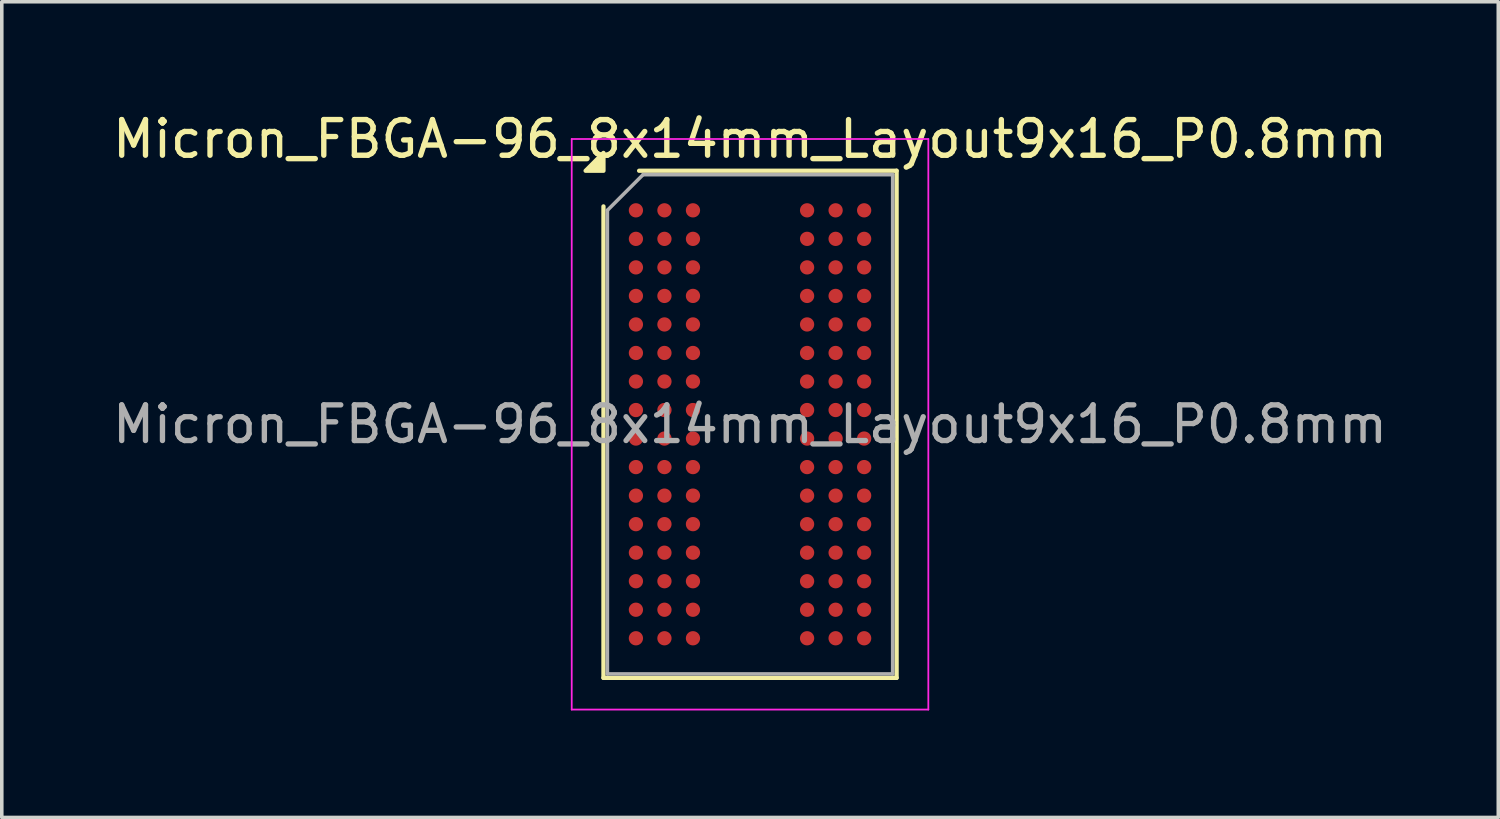
<source format=kicad_pcb>
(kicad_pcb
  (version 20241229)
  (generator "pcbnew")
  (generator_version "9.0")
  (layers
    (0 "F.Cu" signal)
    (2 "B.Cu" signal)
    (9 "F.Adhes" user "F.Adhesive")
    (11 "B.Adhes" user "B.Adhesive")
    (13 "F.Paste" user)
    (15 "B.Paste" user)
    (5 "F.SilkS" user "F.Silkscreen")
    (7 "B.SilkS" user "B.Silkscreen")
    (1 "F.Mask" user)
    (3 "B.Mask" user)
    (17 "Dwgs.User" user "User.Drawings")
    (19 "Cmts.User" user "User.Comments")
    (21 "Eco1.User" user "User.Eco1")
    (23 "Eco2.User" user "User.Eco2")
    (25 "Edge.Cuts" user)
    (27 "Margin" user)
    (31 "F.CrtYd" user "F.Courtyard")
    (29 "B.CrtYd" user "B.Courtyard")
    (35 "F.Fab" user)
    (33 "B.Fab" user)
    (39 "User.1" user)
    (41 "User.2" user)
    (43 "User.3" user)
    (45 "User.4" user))
  (footprint "Micron_FBGA-96_8x14mm_Layout9x16_P0.8mm"
    (layer "F.Cu")
    (at 17.982 8.848)
    (property "Reference" "Micron_FBGA-96_8x14mm_Layout9x16_P0.8mm" (at 0 -8 0) (layer "F.SilkS") (effects (font (size 1 1) (thickness 0.15))))
    (attr smd)
    (fp_line (start -4.11 7.11) (end -4.11 -6.11) (stroke (width 0.12) (type solid)) (layer "F.SilkS"))
    (fp_line (start -3.11 -7.11) (end 4.11 -7.11) (stroke (width 0.12) (type solid)) (layer "F.SilkS"))
    (fp_line (start 4.11 -7.11) (end 4.11 7.11) (stroke (width 0.12) (type solid)) (layer "F.SilkS"))
    (fp_line (start 4.11 7.11) (end -4.11 7.11) (stroke (width 0.12) (type solid)) (layer "F.SilkS"))
    (fp_poly (pts (xy -4.11 -7.11) (xy -4.61 -7.11) (xy -4.11 -7.61)) (stroke (width 0.12) (type solid)) (fill yes) (layer "F.SilkS"))
    (fp_line (start -5 -8) (end -5 8) (stroke (width 0.05) (type solid)) (layer "F.CrtYd"))
    (fp_line (start -5 8) (end 5 8) (stroke (width 0.05) (type solid)) (layer "F.CrtYd"))
    (fp_line (start 5 -8) (end -5 -8) (stroke (width 0.05) (type solid)) (layer "F.CrtYd"))
    (fp_line (start 5 8) (end 5 -8) (stroke (width 0.05) (type solid)) (layer "F.CrtYd"))
    (fp_line (start -4 -6) (end -3 -7) (stroke (width 0.1) (type solid)) (layer "F.Fab"))
    (fp_line (start -4 7) (end -4 -6) (stroke (width 0.1) (type solid)) (layer "F.Fab"))
    (fp_line (start -3 -7) (end 4 -7) (stroke (width 0.1) (type solid)) (layer "F.Fab"))
    (fp_line (start 4 -7) (end 4 7) (stroke (width 0.1) (type solid)) (layer "F.Fab"))
    (fp_line (start 4 7) (end -4 7) (stroke (width 0.1) (type solid)) (layer "F.Fab"))
    (fp_text user "${REFERENCE}" (at 0 0 0) (layer "F.Fab") (effects (font (size 1 1) (thickness 0.15))))
    (pad "A1" smd circle (at -3.2 -6) (size 0.4 0.4) (property pad_prop_bga) (layers "F.Cu" "F.Mask" "F.Paste"))
    (pad "A2" smd circle (at -2.4 -6) (size 0.4 0.4) (property pad_prop_bga) (layers "F.Cu" "F.Mask" "F.Paste"))
    (pad "A3" smd circle (at -1.6 -6) (size 0.4 0.4) (property pad_prop_bga) (layers "F.Cu" "F.Mask" "F.Paste"))
    (pad "A7" smd circle (at 1.6 -6) (size 0.4 0.4) (property pad_prop_bga) (layers "F.Cu" "F.Mask" "F.Paste"))
    (pad "A8" smd circle (at 2.4 -6) (size 0.4 0.4) (property pad_prop_bga) (layers "F.Cu" "F.Mask" "F.Paste"))
    (pad "A9" smd circle (at 3.2 -6) (size 0.4 0.4) (property pad_prop_bga) (layers "F.Cu" "F.Mask" "F.Paste"))
    (pad "B1" smd circle (at -3.2 -5.2) (size 0.4 0.4) (property pad_prop_bga) (layers "F.Cu" "F.Mask" "F.Paste"))
    (pad "B2" smd circle (at -2.4 -5.2) (size 0.4 0.4) (property pad_prop_bga) (layers "F.Cu" "F.Mask" "F.Paste"))
    (pad "B3" smd circle (at -1.6 -5.2) (size 0.4 0.4) (property pad_prop_bga) (layers "F.Cu" "F.Mask" "F.Paste"))
    (pad "B7" smd circle (at 1.6 -5.2) (size 0.4 0.4) (property pad_prop_bga) (layers "F.Cu" "F.Mask" "F.Paste"))
    (pad "B8" smd circle (at 2.4 -5.2) (size 0.4 0.4) (property pad_prop_bga) (layers "F.Cu" "F.Mask" "F.Paste"))
    (pad "B9" smd circle (at 3.2 -5.2) (size 0.4 0.4) (property pad_prop_bga) (layers "F.Cu" "F.Mask" "F.Paste"))
    (pad "C1" smd circle (at -3.2 -4.4) (size 0.4 0.4) (property pad_prop_bga) (layers "F.Cu" "F.Mask" "F.Paste"))
    (pad "C2" smd circle (at -2.4 -4.4) (size 0.4 0.4) (property pad_prop_bga) (layers "F.Cu" "F.Mask" "F.Paste"))
    (pad "C3" smd circle (at -1.6 -4.4) (size 0.4 0.4) (property pad_prop_bga) (layers "F.Cu" "F.Mask" "F.Paste"))
    (pad "C7" smd circle (at 1.6 -4.4) (size 0.4 0.4) (property pad_prop_bga) (layers "F.Cu" "F.Mask" "F.Paste"))
    (pad "C8" smd circle (at 2.4 -4.4) (size 0.4 0.4) (property pad_prop_bga) (layers "F.Cu" "F.Mask" "F.Paste"))
    (pad "C9" smd circle (at 3.2 -4.4) (size 0.4 0.4) (property pad_prop_bga) (layers "F.Cu" "F.Mask" "F.Paste"))
    (pad "D1" smd circle (at -3.2 -3.6) (size 0.4 0.4) (property pad_prop_bga) (layers "F.Cu" "F.Mask" "F.Paste"))
    (pad "D2" smd circle (at -2.4 -3.6) (size 0.4 0.4) (property pad_prop_bga) (layers "F.Cu" "F.Mask" "F.Paste"))
    (pad "D3" smd circle (at -1.6 -3.6) (size 0.4 0.4) (property pad_prop_bga) (layers "F.Cu" "F.Mask" "F.Paste"))
    (pad "D7" smd circle (at 1.6 -3.6) (size 0.4 0.4) (property pad_prop_bga) (layers "F.Cu" "F.Mask" "F.Paste"))
    (pad "D8" smd circle (at 2.4 -3.6) (size 0.4 0.4) (property pad_prop_bga) (layers "F.Cu" "F.Mask" "F.Paste"))
    (pad "D9" smd circle (at 3.2 -3.6) (size 0.4 0.4) (property pad_prop_bga) (layers "F.Cu" "F.Mask" "F.Paste"))
    (pad "E1" smd circle (at -3.2 -2.8) (size 0.4 0.4) (property pad_prop_bga) (layers "F.Cu" "F.Mask" "F.Paste"))
    (pad "E2" smd circle (at -2.4 -2.8) (size 0.4 0.4) (property pad_prop_bga) (layers "F.Cu" "F.Mask" "F.Paste"))
    (pad "E3" smd circle (at -1.6 -2.8) (size 0.4 0.4) (property pad_prop_bga) (layers "F.Cu" "F.Mask" "F.Paste"))
    (pad "E7" smd circle (at 1.6 -2.8) (size 0.4 0.4) (property pad_prop_bga) (layers "F.Cu" "F.Mask" "F.Paste"))
    (pad "E8" smd circle (at 2.4 -2.8) (size 0.4 0.4) (property pad_prop_bga) (layers "F.Cu" "F.Mask" "F.Paste"))
    (pad "E9" smd circle (at 3.2 -2.8) (size 0.4 0.4) (property pad_prop_bga) (layers "F.Cu" "F.Mask" "F.Paste"))
    (pad "F1" smd circle (at -3.2 -2) (size 0.4 0.4) (property pad_prop_bga) (layers "F.Cu" "F.Mask" "F.Paste"))
    (pad "F2" smd circle (at -2.4 -2) (size 0.4 0.4) (property pad_prop_bga) (layers "F.Cu" "F.Mask" "F.Paste"))
    (pad "F3" smd circle (at -1.6 -2) (size 0.4 0.4) (property pad_prop_bga) (layers "F.Cu" "F.Mask" "F.Paste"))
    (pad "F7" smd circle (at 1.6 -2) (size 0.4 0.4) (property pad_prop_bga) (layers "F.Cu" "F.Mask" "F.Paste"))
    (pad "F8" smd circle (at 2.4 -2) (size 0.4 0.4) (property pad_prop_bga) (layers "F.Cu" "F.Mask" "F.Paste"))
    (pad "F9" smd circle (at 3.2 -2) (size 0.4 0.4) (property pad_prop_bga) (layers "F.Cu" "F.Mask" "F.Paste"))
    (pad "G1" smd circle (at -3.2 -1.2) (size 0.4 0.4) (property pad_prop_bga) (layers "F.Cu" "F.Mask" "F.Paste"))
    (pad "G2" smd circle (at -2.4 -1.2) (size 0.4 0.4) (property pad_prop_bga) (layers "F.Cu" "F.Mask" "F.Paste"))
    (pad "G3" smd circle (at -1.6 -1.2) (size 0.4 0.4) (property pad_prop_bga) (layers "F.Cu" "F.Mask" "F.Paste"))
    (pad "G7" smd circle (at 1.6 -1.2) (size 0.4 0.4) (property pad_prop_bga) (layers "F.Cu" "F.Mask" "F.Paste"))
    (pad "G8" smd circle (at 2.4 -1.2) (size 0.4 0.4) (property pad_prop_bga) (layers "F.Cu" "F.Mask" "F.Paste"))
    (pad "G9" smd circle (at 3.2 -1.2) (size 0.4 0.4) (property pad_prop_bga) (layers "F.Cu" "F.Mask" "F.Paste"))
    (pad "H1" smd circle (at -3.2 -0.4) (size 0.4 0.4) (property pad_prop_bga) (layers "F.Cu" "F.Mask" "F.Paste"))
    (pad "H2" smd circle (at -2.4 -0.4) (size 0.4 0.4) (property pad_prop_bga) (layers "F.Cu" "F.Mask" "F.Paste"))
    (pad "H3" smd circle (at -1.6 -0.4) (size 0.4 0.4) (property pad_prop_bga) (layers "F.Cu" "F.Mask" "F.Paste"))
    (pad "H7" smd circle (at 1.6 -0.4) (size 0.4 0.4) (property pad_prop_bga) (layers "F.Cu" "F.Mask" "F.Paste"))
    (pad "H8" smd circle (at 2.4 -0.4) (size 0.4 0.4) (property pad_prop_bga) (layers "F.Cu" "F.Mask" "F.Paste"))
    (pad "H9" smd circle (at 3.2 -0.4) (size 0.4 0.4) (property pad_prop_bga) (layers "F.Cu" "F.Mask" "F.Paste"))
    (pad "J1" smd circle (at -3.2 0.4) (size 0.4 0.4) (property pad_prop_bga) (layers "F.Cu" "F.Mask" "F.Paste"))
    (pad "J2" smd circle (at -2.4 0.4) (size 0.4 0.4) (property pad_prop_bga) (layers "F.Cu" "F.Mask" "F.Paste"))
    (pad "J3" smd circle (at -1.6 0.4) (size 0.4 0.4) (property pad_prop_bga) (layers "F.Cu" "F.Mask" "F.Paste"))
    (pad "J7" smd circle (at 1.6 0.4) (size 0.4 0.4) (property pad_prop_bga) (layers "F.Cu" "F.Mask" "F.Paste"))
    (pad "J8" smd circle (at 2.4 0.4) (size 0.4 0.4) (property pad_prop_bga) (layers "F.Cu" "F.Mask" "F.Paste"))
    (pad "J9" smd circle (at 3.2 0.4) (size 0.4 0.4) (property pad_prop_bga) (layers "F.Cu" "F.Mask" "F.Paste"))
    (pad "K1" smd circle (at -3.2 1.2) (size 0.4 0.4) (property pad_prop_bga) (layers "F.Cu" "F.Mask" "F.Paste"))
    (pad "K2" smd circle (at -2.4 1.2) (size 0.4 0.4) (property pad_prop_bga) (layers "F.Cu" "F.Mask" "F.Paste"))
    (pad "K3" smd circle (at -1.6 1.2) (size 0.4 0.4) (property pad_prop_bga) (layers "F.Cu" "F.Mask" "F.Paste"))
    (pad "K7" smd circle (at 1.6 1.2) (size 0.4 0.4) (property pad_prop_bga) (layers "F.Cu" "F.Mask" "F.Paste"))
    (pad "K8" smd circle (at 2.4 1.2) (size 0.4 0.4) (property pad_prop_bga) (layers "F.Cu" "F.Mask" "F.Paste"))
    (pad "K9" smd circle (at 3.2 1.2) (size 0.4 0.4) (property pad_prop_bga) (layers "F.Cu" "F.Mask" "F.Paste"))
    (pad "L1" smd circle (at -3.2 2) (size 0.4 0.4) (property pad_prop_bga) (layers "F.Cu" "F.Mask" "F.Paste"))
    (pad "L2" smd circle (at -2.4 2) (size 0.4 0.4) (property pad_prop_bga) (layers "F.Cu" "F.Mask" "F.Paste"))
    (pad "L3" smd circle (at -1.6 2) (size 0.4 0.4) (property pad_prop_bga) (layers "F.Cu" "F.Mask" "F.Paste"))
    (pad "L7" smd circle (at 1.6 2) (size 0.4 0.4) (property pad_prop_bga) (layers "F.Cu" "F.Mask" "F.Paste"))
    (pad "L8" smd circle (at 2.4 2) (size 0.4 0.4) (property pad_prop_bga) (layers "F.Cu" "F.Mask" "F.Paste"))
    (pad "L9" smd circle (at 3.2 2) (size 0.4 0.4) (property pad_prop_bga) (layers "F.Cu" "F.Mask" "F.Paste"))
    (pad "M1" smd circle (at -3.2 2.8) (size 0.4 0.4) (property pad_prop_bga) (layers "F.Cu" "F.Mask" "F.Paste"))
    (pad "M2" smd circle (at -2.4 2.8) (size 0.4 0.4) (property pad_prop_bga) (layers "F.Cu" "F.Mask" "F.Paste"))
    (pad "M3" smd circle (at -1.6 2.8) (size 0.4 0.4) (property pad_prop_bga) (layers "F.Cu" "F.Mask" "F.Paste"))
    (pad "M7" smd circle (at 1.6 2.8) (size 0.4 0.4) (property pad_prop_bga) (layers "F.Cu" "F.Mask" "F.Paste"))
    (pad "M8" smd circle (at 2.4 2.8) (size 0.4 0.4) (property pad_prop_bga) (layers "F.Cu" "F.Mask" "F.Paste"))
    (pad "M9" smd circle (at 3.2 2.8) (size 0.4 0.4) (property pad_prop_bga) (layers "F.Cu" "F.Mask" "F.Paste"))
    (pad "N1" smd circle (at -3.2 3.6) (size 0.4 0.4) (property pad_prop_bga) (layers "F.Cu" "F.Mask" "F.Paste"))
    (pad "N2" smd circle (at -2.4 3.6) (size 0.4 0.4) (property pad_prop_bga) (layers "F.Cu" "F.Mask" "F.Paste"))
    (pad "N3" smd circle (at -1.6 3.6) (size 0.4 0.4) (property pad_prop_bga) (layers "F.Cu" "F.Mask" "F.Paste"))
    (pad "N7" smd circle (at 1.6 3.6) (size 0.4 0.4) (property pad_prop_bga) (layers "F.Cu" "F.Mask" "F.Paste"))
    (pad "N8" smd circle (at 2.4 3.6) (size 0.4 0.4) (property pad_prop_bga) (layers "F.Cu" "F.Mask" "F.Paste"))
    (pad "N9" smd circle (at 3.2 3.6) (size 0.4 0.4) (property pad_prop_bga) (layers "F.Cu" "F.Mask" "F.Paste"))
    (pad "P1" smd circle (at -3.2 4.4) (size 0.4 0.4) (property pad_prop_bga) (layers "F.Cu" "F.Mask" "F.Paste"))
    (pad "P2" smd circle (at -2.4 4.4) (size 0.4 0.4) (property pad_prop_bga) (layers "F.Cu" "F.Mask" "F.Paste"))
    (pad "P3" smd circle (at -1.6 4.4) (size 0.4 0.4) (property pad_prop_bga) (layers "F.Cu" "F.Mask" "F.Paste"))
    (pad "P7" smd circle (at 1.6 4.4) (size 0.4 0.4) (property pad_prop_bga) (layers "F.Cu" "F.Mask" "F.Paste"))
    (pad "P8" smd circle (at 2.4 4.4) (size 0.4 0.4) (property pad_prop_bga) (layers "F.Cu" "F.Mask" "F.Paste"))
    (pad "P9" smd circle (at 3.2 4.4) (size 0.4 0.4) (property pad_prop_bga) (layers "F.Cu" "F.Mask" "F.Paste"))
    (pad "R1" smd circle (at -3.2 5.2) (size 0.4 0.4) (property pad_prop_bga) (layers "F.Cu" "F.Mask" "F.Paste"))
    (pad "R2" smd circle (at -2.4 5.2) (size 0.4 0.4) (property pad_prop_bga) (layers "F.Cu" "F.Mask" "F.Paste"))
    (pad "R3" smd circle (at -1.6 5.2) (size 0.4 0.4) (property pad_prop_bga) (layers "F.Cu" "F.Mask" "F.Paste"))
    (pad "R7" smd circle (at 1.6 5.2) (size 0.4 0.4) (property pad_prop_bga) (layers "F.Cu" "F.Mask" "F.Paste"))
    (pad "R8" smd circle (at 2.4 5.2) (size 0.4 0.4) (property pad_prop_bga) (layers "F.Cu" "F.Mask" "F.Paste"))
    (pad "R9" smd circle (at 3.2 5.2) (size 0.4 0.4) (property pad_prop_bga) (layers "F.Cu" "F.Mask" "F.Paste"))
    (pad "T1" smd circle (at -3.2 6) (size 0.4 0.4) (property pad_prop_bga) (layers "F.Cu" "F.Mask" "F.Paste"))
    (pad "T2" smd circle (at -2.4 6) (size 0.4 0.4) (property pad_prop_bga) (layers "F.Cu" "F.Mask" "F.Paste"))
    (pad "T3" smd circle (at -1.6 6) (size 0.4 0.4) (property pad_prop_bga) (layers "F.Cu" "F.Mask" "F.Paste"))
    (pad "T7" smd circle (at 1.6 6) (size 0.4 0.4) (property pad_prop_bga) (layers "F.Cu" "F.Mask" "F.Paste"))
    (pad "T8" smd circle (at 2.4 6) (size 0.4 0.4) (property pad_prop_bga) (layers "F.Cu" "F.Mask" "F.Paste"))
    (pad "T9" smd circle (at 3.2 6) (size 0.4 0.4) (property pad_prop_bga) (layers "F.Cu" "F.Mask" "F.Paste")))
  (gr_rect
    (start -3 -3)
    (end 38.964 19.873)
    (stroke (width 0.1) (type default))
    (fill no)
    (layer "Edge.Cuts")))
</source>
